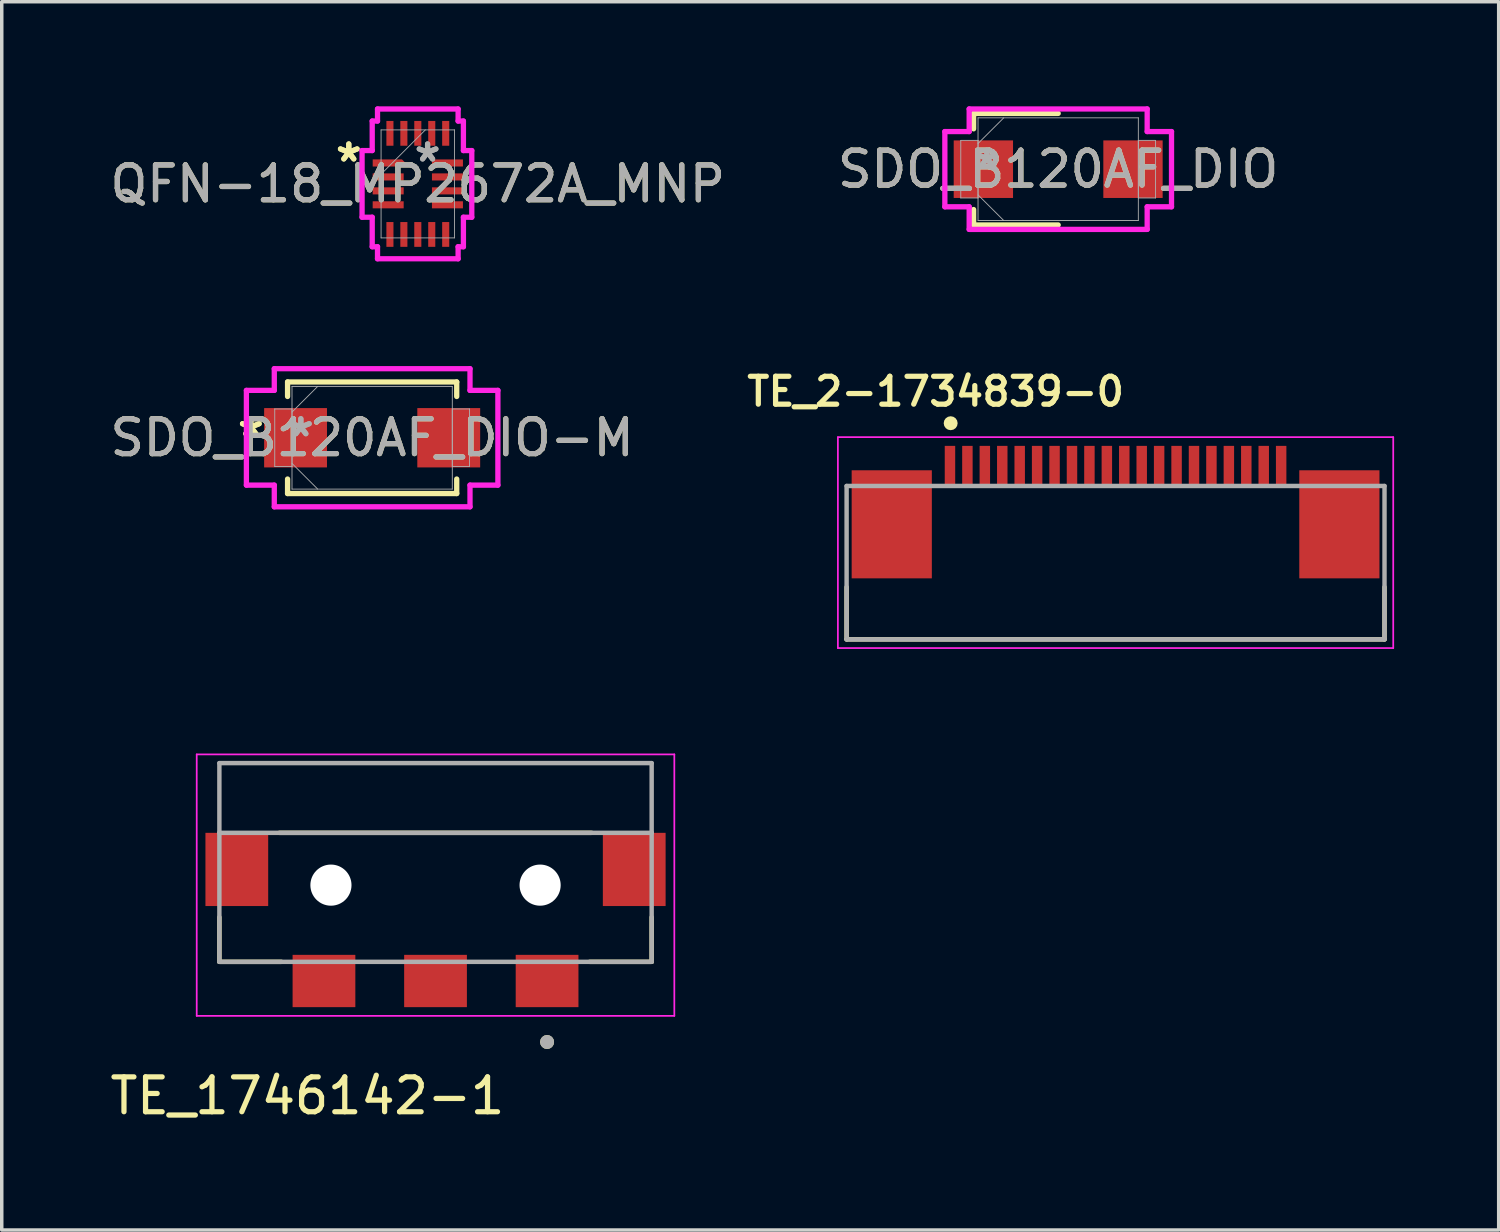
<source format=kicad_pcb>
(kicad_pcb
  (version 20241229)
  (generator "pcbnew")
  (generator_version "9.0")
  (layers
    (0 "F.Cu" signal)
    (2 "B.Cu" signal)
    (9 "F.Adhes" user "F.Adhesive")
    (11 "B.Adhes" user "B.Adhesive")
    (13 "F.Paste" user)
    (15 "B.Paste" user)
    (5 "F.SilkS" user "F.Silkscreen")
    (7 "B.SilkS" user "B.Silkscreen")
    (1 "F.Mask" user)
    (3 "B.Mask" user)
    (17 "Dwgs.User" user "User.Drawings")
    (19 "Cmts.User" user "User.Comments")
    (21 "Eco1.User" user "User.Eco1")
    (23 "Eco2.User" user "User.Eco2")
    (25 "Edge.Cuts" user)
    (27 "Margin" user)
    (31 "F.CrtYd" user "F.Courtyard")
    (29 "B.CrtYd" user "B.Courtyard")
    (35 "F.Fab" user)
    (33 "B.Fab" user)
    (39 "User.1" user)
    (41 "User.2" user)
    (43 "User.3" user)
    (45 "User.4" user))
  (footprint "TE_1746142-1"
    (layer "F.Cu")
    (at 9.443 22.34)
    (property "Reference" "TE_1746142-1" (at -3.675 6.045 0) (layer "F.SilkS") (effects (font (size 1 1) (thickness 0.15))))
    (attr smd)
    (fp_line (start -6.2 2.2) (end -6.2 0.92) (stroke (width 0.127) (type solid)) (layer "F.SilkS"))
    (fp_line (start -4.48 -1.5) (end 4.48 -1.5) (stroke (width 0.127) (type solid)) (layer "F.SilkS"))
    (fp_line (start -4.42 2.2) (end -6.2 2.2) (stroke (width 0.127) (type solid)) (layer "F.SilkS"))
    (fp_line (start 6.2 2.2) (end 4.42 2.2) (stroke (width 0.127) (type solid)) (layer "F.SilkS"))
    (fp_line (start 6.2 2.2) (end 6.2 0.92) (stroke (width 0.127) (type solid)) (layer "F.SilkS"))
    (fp_circle (center 3.2 4.5) (end 3.3 4.5) (stroke (width 0.2) (type solid)) (fill no) (layer "F.SilkS"))
    (fp_line (start -6.85 -3.75) (end -6.85 3.75) (stroke (width 0.05) (type solid)) (layer "F.CrtYd"))
    (fp_line (start -6.85 3.75) (end 6.85 3.75) (stroke (width 0.05) (type solid)) (layer "F.CrtYd"))
    (fp_line (start 6.85 -3.75) (end -6.85 -3.75) (stroke (width 0.05) (type solid)) (layer "F.CrtYd"))
    (fp_line (start 6.85 3.75) (end 6.85 -3.75) (stroke (width 0.05) (type solid)) (layer "F.CrtYd"))
    (fp_line (start -6.2 -3.5) (end 6.2 -3.5) (stroke (width 0.127) (type solid)) (layer "F.Fab"))
    (fp_line (start -6.2 -1.5) (end -6.2 -3.5) (stroke (width 0.127) (type solid)) (layer "F.Fab"))
    (fp_line (start -6.2 -1.5) (end 6.2 -1.5) (stroke (width 0.127) (type solid)) (layer "F.Fab"))
    (fp_line (start -6.2 2.2) (end -6.2 -1.5) (stroke (width 0.127) (type solid)) (layer "F.Fab"))
    (fp_line (start 6.2 -3.5) (end 6.2 -1.5) (stroke (width 0.127) (type solid)) (layer "F.Fab"))
    (fp_line (start 6.2 -1.5) (end 6.2 2.2) (stroke (width 0.127) (type solid)) (layer "F.Fab"))
    (fp_line (start 6.2 2.2) (end -6.2 2.2) (stroke (width 0.127) (type solid)) (layer "F.Fab"))
    (fp_circle (center 3.2 4.5) (end 3.3 4.5) (stroke (width 0.2) (type solid)) (fill no) (layer "F.Fab"))
    (pad "" np_thru_hole circle (at -3 0) (size 1.18 1.18) (drill 1.18) (layers "*.Cu" "*.Mask"))
    (pad "" np_thru_hole circle (at 3 0) (size 1.18 1.18) (drill 1.18) (layers "*.Cu" "*.Mask"))
    (pad "1" smd rect (at 3.2 2.75) (size 1.8 1.5) (layers "F.Cu" "F.Mask" "F.Paste"))
    (pad "2" smd rect (at 0 2.75) (size 1.8 1.5) (layers "F.Cu" "F.Mask" "F.Paste"))
    (pad "3" smd rect (at -3.2 2.75) (size 1.8 1.5) (layers "F.Cu" "F.Mask" "F.Paste"))
    (pad "SH1" smd rect (at -5.7 -0.45) (size 1.8 2.1) (layers "F.Cu" "F.Mask" "F.Paste"))
    (pad "SH2" smd rect (at 5.7 -0.45) (size 1.8 2.1) (layers "F.Cu" "F.Mask" "F.Paste")))
  (footprint "TE_2-1734839-0"
    (layer "F.Cu")
    (at 28.95 10.29)
    (property "Reference" "TE_2-1734839-0" (at -5.162 -2.109 0) (layer "F.SilkS") (effects (font (size 0.8 0.8) (thickness 0.15))))
    (attr smd)
    (fp_line (start -7.715 3.5) (end -7.715 5) (stroke (width 0.127) (type solid)) (layer "F.SilkS"))
    (fp_line (start -7.715 5) (end 7.715 5) (stroke (width 0.127) (type solid)) (layer "F.SilkS"))
    (fp_line (start 7.715 5) (end 7.715 3.5) (stroke (width 0.127) (type solid)) (layer "F.SilkS"))
    (fp_circle (center -4.73 -1.2) (end -4.63 -1.2) (stroke (width 0.2) (type solid)) (fill no) (layer "F.SilkS"))
    (fp_line (start -7.965 -0.8) (end 7.965 -0.8) (stroke (width 0.05) (type solid)) (layer "F.CrtYd"))
    (fp_line (start -7.965 5.25) (end -7.965 -0.8) (stroke (width 0.05) (type solid)) (layer "F.CrtYd"))
    (fp_line (start 7.965 -0.8) (end 7.965 5.25) (stroke (width 0.05) (type solid)) (layer "F.CrtYd"))
    (fp_line (start 7.965 5.25) (end -7.965 5.25) (stroke (width 0.05) (type solid)) (layer "F.CrtYd"))
    (fp_line (start -7.715 0.6) (end 7.715 0.6) (stroke (width 0.127) (type solid)) (layer "F.Fab"))
    (fp_line (start -7.715 5) (end -7.715 0.6) (stroke (width 0.127) (type solid)) (layer "F.Fab"))
    (fp_line (start 7.715 0.6) (end 7.715 5) (stroke (width 0.127) (type solid)) (layer "F.Fab"))
    (fp_line (start 7.715 5) (end -7.715 5) (stroke (width 0.127) (type solid)) (layer "F.Fab"))
    (pad "1" smd rect (at -4.75 0) (size 0.3 1.1) (layers "F.Cu" "F.Mask" "F.Paste"))
    (pad "2" smd rect (at -4.25 0) (size 0.3 1.1) (layers "F.Cu" "F.Mask" "F.Paste"))
    (pad "3" smd rect (at -3.75 0) (size 0.3 1.1) (layers "F.Cu" "F.Mask" "F.Paste"))
    (pad "4" smd rect (at -3.25 0) (size 0.3 1.1) (layers "F.Cu" "F.Mask" "F.Paste"))
    (pad "5" smd rect (at -2.75 0) (size 0.3 1.1) (layers "F.Cu" "F.Mask" "F.Paste"))
    (pad "6" smd rect (at -2.25 0) (size 0.3 1.1) (layers "F.Cu" "F.Mask" "F.Paste"))
    (pad "7" smd rect (at -1.75 0) (size 0.3 1.1) (layers "F.Cu" "F.Mask" "F.Paste"))
    (pad "8" smd rect (at -1.25 0) (size 0.3 1.1) (layers "F.Cu" "F.Mask" "F.Paste"))
    (pad "9" smd rect (at -0.75 0) (size 0.3 1.1) (layers "F.Cu" "F.Mask" "F.Paste"))
    (pad "10" smd rect (at -0.25 0) (size 0.3 1.1) (layers "F.Cu" "F.Mask" "F.Paste"))
    (pad "11" smd rect (at 0.25 0) (size 0.3 1.1) (layers "F.Cu" "F.Mask" "F.Paste"))
    (pad "12" smd rect (at 0.75 0) (size 0.3 1.1) (layers "F.Cu" "F.Mask" "F.Paste"))
    (pad "13" smd rect (at 1.25 0) (size 0.3 1.1) (layers "F.Cu" "F.Mask" "F.Paste"))
    (pad "14" smd rect (at 1.75 0) (size 0.3 1.1) (layers "F.Cu" "F.Mask" "F.Paste"))
    (pad "15" smd rect (at 2.25 0) (size 0.3 1.1) (layers "F.Cu" "F.Mask" "F.Paste"))
    (pad "16" smd rect (at 2.75 0) (size 0.3 1.1) (layers "F.Cu" "F.Mask" "F.Paste"))
    (pad "17" smd rect (at 3.25 0) (size 0.3 1.1) (layers "F.Cu" "F.Mask" "F.Paste"))
    (pad "18" smd rect (at 3.75 0) (size 0.3 1.1) (layers "F.Cu" "F.Mask" "F.Paste"))
    (pad "19" smd rect (at 4.25 0) (size 0.3 1.1) (layers "F.Cu" "F.Mask" "F.Paste"))
    (pad "20" smd rect (at 4.75 0) (size 0.3 1.1) (layers "F.Cu" "F.Mask" "F.Paste"))
    (pad "S1" smd rect (at -6.42 1.7) (size 2.3 3.1) (layers "F.Cu" "F.Mask" "F.Paste"))
    (pad "S2" smd rect (at 6.42 1.7) (size 2.3 3.1) (layers "F.Cu" "F.Mask" "F.Paste")))
  (footprint "SDO_B120AF_DIO-M"
    (layer "F.Cu")
    (at 7.625 9.507)
    (property "Reference" "SDO_B120AF_DIO-M" (at 0 0 0) (unlocked yes) (layer "F.SilkS") (effects (font (size 1 1) (thickness 0.15))))
    (attr smd)
    (fp_line (start -2.426 -1.6) (end -2.426 -1.184) (stroke (width 0.152) (type solid)) (layer "F.SilkS"))
    (fp_line (start -2.426 1.184) (end -2.426 1.6) (stroke (width 0.152) (type solid)) (layer "F.SilkS"))
    (fp_line (start -2.426 1.6) (end 2.426 1.6) (stroke (width 0.152) (type solid)) (layer "F.SilkS"))
    (fp_line (start 2.426 -1.6) (end -2.426 -1.6) (stroke (width 0.152) (type solid)) (layer "F.SilkS"))
    (fp_line (start 2.426 -1.184) (end 2.426 -1.6) (stroke (width 0.152) (type solid)) (layer "F.SilkS"))
    (fp_line (start 2.426 1.6) (end 2.426 1.184) (stroke (width 0.152) (type solid)) (layer "F.SilkS"))
    (fp_line (start -3.607 -1.359) (end -2.807 -1.359) (stroke (width 0.152) (type solid)) (layer "F.CrtYd"))
    (fp_line (start -3.607 1.359) (end -3.607 -1.359) (stroke (width 0.152) (type solid)) (layer "F.CrtYd"))
    (fp_line (start -2.807 -1.981) (end 2.807 -1.981) (stroke (width 0.152) (type solid)) (layer "F.CrtYd"))
    (fp_line (start -2.807 -1.359) (end -2.807 -1.981) (stroke (width 0.152) (type solid)) (layer "F.CrtYd"))
    (fp_line (start -2.807 1.359) (end -3.607 1.359) (stroke (width 0.152) (type solid)) (layer "F.CrtYd"))
    (fp_line (start -2.807 1.981) (end -2.807 1.359) (stroke (width 0.152) (type solid)) (layer "F.CrtYd"))
    (fp_line (start 2.807 -1.981) (end 2.807 -1.359) (stroke (width 0.152) (type solid)) (layer "F.CrtYd"))
    (fp_line (start 2.807 -1.359) (end 3.607 -1.359) (stroke (width 0.152) (type solid)) (layer "F.CrtYd"))
    (fp_line (start 2.807 1.359) (end 2.807 1.981) (stroke (width 0.152) (type solid)) (layer "F.CrtYd"))
    (fp_line (start 2.807 1.981) (end -2.807 1.981) (stroke (width 0.152) (type solid)) (layer "F.CrtYd"))
    (fp_line (start 3.607 -1.359) (end 3.607 1.359) (stroke (width 0.152) (type solid)) (layer "F.CrtYd"))
    (fp_line (start 3.607 1.359) (end 2.807 1.359) (stroke (width 0.152) (type solid)) (layer "F.CrtYd"))
    (fp_line (start -2.794 -0.826) (end -2.794 0.826) (stroke (width 0.025) (type solid)) (layer "F.Fab"))
    (fp_line (start -2.794 0.826) (end -2.299 0.826) (stroke (width 0.025) (type solid)) (layer "F.Fab"))
    (fp_line (start -2.299 -1.473) (end -2.299 1.473) (stroke (width 0.025) (type solid)) (layer "F.Fab"))
    (fp_line (start -2.299 -0.826) (end -2.794 -0.826) (stroke (width 0.025) (type solid)) (layer "F.Fab"))
    (fp_line (start -2.299 -0.737) (end -1.562 -1.473) (stroke (width 0.025) (type solid)) (layer "F.Fab"))
    (fp_line (start -2.299 0.737) (end -1.562 1.473) (stroke (width 0.025) (type solid)) (layer "F.Fab"))
    (fp_line (start -2.299 0.826) (end -2.299 -0.826) (stroke (width 0.025) (type solid)) (layer "F.Fab"))
    (fp_line (start -2.299 1.473) (end 2.299 1.473) (stroke (width 0.025) (type solid)) (layer "F.Fab"))
    (fp_line (start 2.299 -1.473) (end -2.299 -1.473) (stroke (width 0.025) (type solid)) (layer "F.Fab"))
    (fp_line (start 2.299 -0.826) (end 2.299 0.826) (stroke (width 0.025) (type solid)) (layer "F.Fab"))
    (fp_line (start 2.299 0.826) (end 2.794 0.826) (stroke (width 0.025) (type solid)) (layer "F.Fab"))
    (fp_line (start 2.299 1.473) (end 2.299 -1.473) (stroke (width 0.025) (type solid)) (layer "F.Fab"))
    (fp_line (start 2.794 -0.826) (end 2.299 -0.826) (stroke (width 0.025) (type solid)) (layer "F.Fab"))
    (fp_line (start 2.794 0.826) (end 2.794 -0.826) (stroke (width 0.025) (type solid)) (layer "F.Fab"))
    (fp_text user "*" (at -3.48 0 0) (unlocked yes) (layer "F.SilkS") (effects (font (size 1 1) (thickness 0.15))))
    (fp_text user "*" (at -3.48 0 0) (layer "F.SilkS") (effects (font (size 1 1) (thickness 0.15))))
    (fp_text user "${REFERENCE}" (at 0 0 0) (unlocked yes) (layer "F.Fab") (effects (font (size 1 1) (thickness 0.15))))
    (fp_text user "*" (at -2.045 0 0) (layer "F.Fab") (effects (font (size 1 1) (thickness 0.15))))
    (fp_text user "*" (at -2.045 0 0) (unlocked yes) (layer "F.Fab") (effects (font (size 1 1) (thickness 0.15))))
    (pad "1" smd rect (at -2.197 0) (size 1.803 1.702) (layers "F.Cu" "F.Mask" "F.Paste"))
    (pad "2" smd rect (at 2.197 0) (size 1.803 1.702) (layers "F.Cu" "F.Mask" "F.Paste"))
    (zone (net_name "") (layer "F.Cu") (hatch full 0.508) (connect_pads) (min_thickness 0.254) (filled_areas_thickness no) (keepout (tracks not_allowed) (vias not_allowed) (pads allowed) (copperpour not_allowed) (footprints allowed)) (placement (enabled no)) (fill) (polygon (pts (xy 6.38 8.084) (xy 8.87 8.084) (xy 8.87 10.929) (xy 6.38 10.929)))))
  (footprint "QFN-18_MP2672A_MNP"
    (layer "F.Cu")
    (at 8.935 2.225)
    (property "Reference" "QFN-18_MP2672A_MNP" (at 0 0 0) (unlocked yes) (layer "F.SilkS") (effects (font (size 1 1) (thickness 0.15))))
    (attr smd)
    (fp_poly (pts (xy -1.294 -0.702) (xy -1.294 -0.498) (xy -0.304 -0.498) (xy -0.304 -0.552) (xy -0.454 -0.702)) (stroke (width 0) (type solid)) (fill yes) (layer "F.Cu"))
    (fp_poly (pts (xy -1.294 -0.702) (xy -1.294 -0.498) (xy -0.304 -0.498) (xy -0.304 -0.552) (xy -0.454 -0.702)) (stroke (width 0) (type solid)) (fill yes) (layer "F.Mask"))
    (fp_poly (pts (xy -0.535 -1.17) (xy -0.535 -0.1) (xy 0.535 -0.1) (xy 0.535 -1.17)) (stroke (width 0) (type solid)) (fill yes) (layer "F.Paste"))
    (fp_poly (pts (xy -0.535 -1.17) (xy -0.535 -0.1) (xy 0.535 -0.1) (xy 0.535 -1.17)) (stroke (width 0) (type solid)) (fill yes) (layer "F.Paste"))
    (fp_poly (pts (xy -0.535 0.1) (xy -0.535 1.17) (xy 0.535 1.17) (xy 0.535 0.1)) (stroke (width 0) (type solid)) (fill yes) (layer "F.Paste"))
    (fp_poly (pts (xy -0.535 0.1) (xy -0.535 1.17) (xy 0.535 1.17) (xy 0.535 0.1)) (stroke (width 0) (type solid)) (fill yes) (layer "F.Paste"))
    (fp_poly (pts (xy -1.294 -0.702) (xy -1.294 -0.498) (xy -0.304 -0.498) (xy -0.304 -0.552) (xy -0.454 -0.702)) (stroke (width 0) (type solid)) (fill yes) (layer "F.Paste"))
    (fp_line (start -1.599 -0.956) (end -1.308 -0.956) (stroke (width 0.152) (type solid)) (layer "F.CrtYd"))
    (fp_line (start -1.599 0.956) (end -1.599 -0.956) (stroke (width 0.152) (type solid)) (layer "F.CrtYd"))
    (fp_line (start -1.308 -1.803) (end -1.156 -1.803) (stroke (width 0.152) (type solid)) (layer "F.CrtYd"))
    (fp_line (start -1.308 -0.956) (end -1.308 -1.803) (stroke (width 0.152) (type solid)) (layer "F.CrtYd"))
    (fp_line (start -1.308 0.956) (end -1.599 0.956) (stroke (width 0.152) (type solid)) (layer "F.CrtYd"))
    (fp_line (start -1.308 1.803) (end -1.308 0.956) (stroke (width 0.152) (type solid)) (layer "F.CrtYd"))
    (fp_line (start -1.156 -2.148) (end 1.156 -2.148) (stroke (width 0.152) (type solid)) (layer "F.CrtYd"))
    (fp_line (start -1.156 -1.803) (end -1.156 -2.148) (stroke (width 0.152) (type solid)) (layer "F.CrtYd"))
    (fp_line (start -1.156 1.803) (end -1.308 1.803) (stroke (width 0.152) (type solid)) (layer "F.CrtYd"))
    (fp_line (start -1.156 2.148) (end -1.156 1.803) (stroke (width 0.152) (type solid)) (layer "F.CrtYd"))
    (fp_line (start 1.156 -2.148) (end 1.156 -1.803) (stroke (width 0.152) (type solid)) (layer "F.CrtYd"))
    (fp_line (start 1.156 -1.803) (end 1.308 -1.803) (stroke (width 0.152) (type solid)) (layer "F.CrtYd"))
    (fp_line (start 1.156 1.803) (end 1.156 2.148) (stroke (width 0.152) (type solid)) (layer "F.CrtYd"))
    (fp_line (start 1.156 2.148) (end -1.156 2.148) (stroke (width 0.152) (type solid)) (layer "F.CrtYd"))
    (fp_line (start 1.308 -1.803) (end 1.308 -0.956) (stroke (width 0.152) (type solid)) (layer "F.CrtYd"))
    (fp_line (start 1.308 -0.956) (end 1.548 -0.956) (stroke (width 0.152) (type solid)) (layer "F.CrtYd"))
    (fp_line (start 1.308 0.956) (end 1.308 1.803) (stroke (width 0.152) (type solid)) (layer "F.CrtYd"))
    (fp_line (start 1.308 1.803) (end 1.156 1.803) (stroke (width 0.152) (type solid)) (layer "F.CrtYd"))
    (fp_line (start 1.548 -0.956) (end 1.548 0.956) (stroke (width 0.152) (type solid)) (layer "F.CrtYd"))
    (fp_line (start 1.548 0.956) (end 1.308 0.956) (stroke (width 0.152) (type solid)) (layer "F.CrtYd"))
    (fp_line (start -1.054 -1.549) (end -1.054 1.549) (stroke (width 0.025) (type solid)) (layer "F.Fab"))
    (fp_line (start -1.054 -0.279) (end 0.216 -1.549) (stroke (width 0.025) (type solid)) (layer "F.Fab"))
    (fp_line (start -1.054 1.549) (end 1.054 1.549) (stroke (width 0.025) (type solid)) (layer "F.Fab"))
    (fp_line (start 1.054 -1.549) (end -1.054 -1.549) (stroke (width 0.025) (type solid)) (layer "F.Fab"))
    (fp_line (start 1.054 1.549) (end 1.054 -1.549) (stroke (width 0.025) (type solid)) (layer "F.Fab"))
    (fp_text user "*" (at -1.98 -0.6 0) (layer "F.SilkS") (effects (font (size 1 1) (thickness 0.15))))
    (fp_text user "*" (at -1.98 -0.6 0) (unlocked yes) (layer "F.SilkS") (effects (font (size 1 1) (thickness 0.15))))
    (fp_text user "*" (at 0.28 -0.6 0) (unlocked yes) (layer "F.Fab") (effects (font (size 1 1) (thickness 0.15))))
    (fp_text user "${REFERENCE}" (at 0 0 0) (unlocked yes) (layer "F.Fab") (effects (font (size 1 1) (thickness 0.15))))
    (fp_text user "*" (at 0.28 -0.6 0) (layer "F.Fab") (effects (font (size 1 1) (thickness 0.15))))
    (pad "1" smd rect (at -0.799 -0.6) (size 0.127 0.127) (layers "F.Cu" "F.Mask" "F.Paste"))
    (pad "2" smd rect (at -0.85 -0.2) (size 0.889 0.203) (layers "F.Cu" "F.Mask" "F.Paste"))
    (pad "3" smd rect (at -0.85 0.2) (size 0.889 0.203) (layers "F.Cu" "F.Mask" "F.Paste"))
    (pad "4" smd rect (at -0.85 0.6) (size 0.889 0.203) (layers "F.Cu" "F.Mask" "F.Paste"))
    (pad "5" smd rect (at -0.8 1.45 90) (size 0.711 0.203) (layers "F.Cu" "F.Mask" "F.Paste"))
    (pad "6" smd rect (at -0.4 1.45 90) (size 0.711 0.203) (layers "F.Cu" "F.Mask" "F.Paste"))
    (pad "7" smd rect (at 0 1.45 90) (size 0.711 0.203) (layers "F.Cu" "F.Mask" "F.Paste"))
    (pad "8" smd rect (at 0.4 1.45 90) (size 0.711 0.203) (layers "F.Cu" "F.Mask" "F.Paste"))
    (pad "9" smd rect (at 0.8 1.45 90) (size 0.711 0.203) (layers "F.Cu" "F.Mask" "F.Paste"))
    (pad "10" smd rect (at 0.85 0.6) (size 0.889 0.203) (layers "F.Cu" "F.Mask" "F.Paste"))
    (pad "11" smd rect (at 0.85 0.2) (size 0.889 0.203) (layers "F.Cu" "F.Mask" "F.Paste"))
    (pad "12" smd rect (at 0.85 -0.2) (size 0.889 0.203) (layers "F.Cu" "F.Mask" "F.Paste"))
    (pad "13" smd rect (at 0.85 -0.6) (size 0.889 0.203) (layers "F.Cu" "F.Mask" "F.Paste"))
    (pad "14" smd rect (at 0.8 -1.45 90) (size 0.711 0.203) (layers "F.Cu" "F.Mask" "F.Paste"))
    (pad "15" smd rect (at 0.4 -1.45 90) (size 0.711 0.203) (layers "F.Cu" "F.Mask" "F.Paste"))
    (pad "16" smd rect (at 0 -1.45 90) (size 0.711 0.203) (layers "F.Cu" "F.Mask" "F.Paste"))
    (pad "17" smd rect (at -0.4 -1.45 90) (size 0.711 0.203) (layers "F.Cu" "F.Mask" "F.Paste"))
    (pad "18" smd rect (at -0.8 -1.45 90) (size 0.711 0.203) (layers "F.Cu" "F.Mask" "F.Paste")))
  (footprint "SDO_B120AF_DIO"
    (layer "F.Cu")
    (at 27.304 1.803)
    (property "Reference" "SDO_B120AF_DIO" (at 0 0 0) (unlocked yes) (layer "F.SilkS") (effects (font (size 1 1) (thickness 0.15))))
    (attr smd)
    (fp_line (start -2.426 -1.6) (end -2.426 -1.158) (stroke (width 0.152) (type solid)) (layer "F.SilkS"))
    (fp_line (start -2.426 1.158) (end -2.426 1.6) (stroke (width 0.152) (type solid)) (layer "F.SilkS"))
    (fp_line (start -2.426 1.6) (end 0 1.6) (stroke (width 0.152) (type solid)) (layer "F.SilkS"))
    (fp_line (start 0 -1.6) (end -2.426 -1.6) (stroke (width 0.152) (type solid)) (layer "F.SilkS"))
    (fp_line (start -3.251 -1.079) (end -2.553 -1.079) (stroke (width 0.152) (type solid)) (layer "F.CrtYd"))
    (fp_line (start -3.251 1.079) (end -3.251 -1.079) (stroke (width 0.152) (type solid)) (layer "F.CrtYd"))
    (fp_line (start -2.553 -1.727) (end 2.553 -1.727) (stroke (width 0.152) (type solid)) (layer "F.CrtYd"))
    (fp_line (start -2.553 -1.079) (end -2.553 -1.727) (stroke (width 0.152) (type solid)) (layer "F.CrtYd"))
    (fp_line (start -2.553 1.079) (end -3.251 1.079) (stroke (width 0.152) (type solid)) (layer "F.CrtYd"))
    (fp_line (start -2.553 1.727) (end -2.553 1.079) (stroke (width 0.152) (type solid)) (layer "F.CrtYd"))
    (fp_line (start 2.553 -1.727) (end 2.553 -1.079) (stroke (width 0.152) (type solid)) (layer "F.CrtYd"))
    (fp_line (start 2.553 -1.079) (end 3.251 -1.079) (stroke (width 0.152) (type solid)) (layer "F.CrtYd"))
    (fp_line (start 2.553 1.079) (end 2.553 1.727) (stroke (width 0.152) (type solid)) (layer "F.CrtYd"))
    (fp_line (start 2.553 1.727) (end -2.553 1.727) (stroke (width 0.152) (type solid)) (layer "F.CrtYd"))
    (fp_line (start 3.251 -1.079) (end 3.251 1.079) (stroke (width 0.152) (type solid)) (layer "F.CrtYd"))
    (fp_line (start 3.251 1.079) (end 2.553 1.079) (stroke (width 0.152) (type solid)) (layer "F.CrtYd"))
    (fp_line (start -2.794 -0.826) (end -2.794 0.826) (stroke (width 0.025) (type solid)) (layer "F.Fab"))
    (fp_line (start -2.794 0.826) (end -2.299 0.826) (stroke (width 0.025) (type solid)) (layer "F.Fab"))
    (fp_line (start -2.299 -1.473) (end -2.299 1.473) (stroke (width 0.025) (type solid)) (layer "F.Fab"))
    (fp_line (start -2.299 -0.826) (end -2.794 -0.826) (stroke (width 0.025) (type solid)) (layer "F.Fab"))
    (fp_line (start -2.299 -0.737) (end -1.562 -1.473) (stroke (width 0.025) (type solid)) (layer "F.Fab"))
    (fp_line (start -2.299 0.737) (end -1.562 1.473) (stroke (width 0.025) (type solid)) (layer "F.Fab"))
    (fp_line (start -2.299 0.826) (end -2.299 -0.826) (stroke (width 0.025) (type solid)) (layer "F.Fab"))
    (fp_line (start -2.299 1.473) (end 2.299 1.473) (stroke (width 0.025) (type solid)) (layer "F.Fab"))
    (fp_line (start 2.299 -1.473) (end -2.299 -1.473) (stroke (width 0.025) (type solid)) (layer "F.Fab"))
    (fp_line (start 2.299 -0.826) (end 2.299 0.826) (stroke (width 0.025) (type solid)) (layer "F.Fab"))
    (fp_line (start 2.299 0.826) (end 2.794 0.826) (stroke (width 0.025) (type solid)) (layer "F.Fab"))
    (fp_line (start 2.299 1.473) (end 2.299 -1.473) (stroke (width 0.025) (type solid)) (layer "F.Fab"))
    (fp_line (start 2.794 -0.826) (end 2.299 -0.826) (stroke (width 0.025) (type solid)) (layer "F.Fab"))
    (fp_line (start 2.794 0.826) (end 2.794 -0.826) (stroke (width 0.025) (type solid)) (layer "F.Fab"))
    (fp_text user "*" (at -2.045 0 0) (unlocked yes) (layer "F.Fab") (effects (font (size 1 1) (thickness 0.15))))
    (fp_text user "*" (at -2.045 0 0) (layer "F.Fab") (effects (font (size 1 1) (thickness 0.15))))
    (fp_text user "${REFERENCE}" (at 0 0 0) (unlocked yes) (layer "F.Fab") (effects (font (size 1 1) (thickness 0.15))))
    (pad "1" smd rect (at -2.146 0) (size 1.702 1.651) (layers "F.Cu" "F.Mask" "F.Paste"))
    (pad "2" smd rect (at 2.146 0) (size 1.702 1.651) (layers "F.Cu" "F.Mask" "F.Paste"))
    (zone (net_name "") (layer "F.Cu") (hatch full 0.508) (connect_pads) (min_thickness 0.254) (filled_areas_thickness no) (keepout (tracks not_allowed) (vias not_allowed) (pads allowed) (copperpour not_allowed) (footprints allowed)) (placement (enabled no)) (fill) (polygon (pts (xy 26.059 0.381) (xy 28.548 0.381) (xy 28.548 3.226) (xy 26.059 3.226)))))
  (gr_rect
    (start -3 -3)
    (end 39.94 32.233)
    (stroke (width 0.1) (type default))
    (fill no)
    (layer "Edge.Cuts")))
</source>
